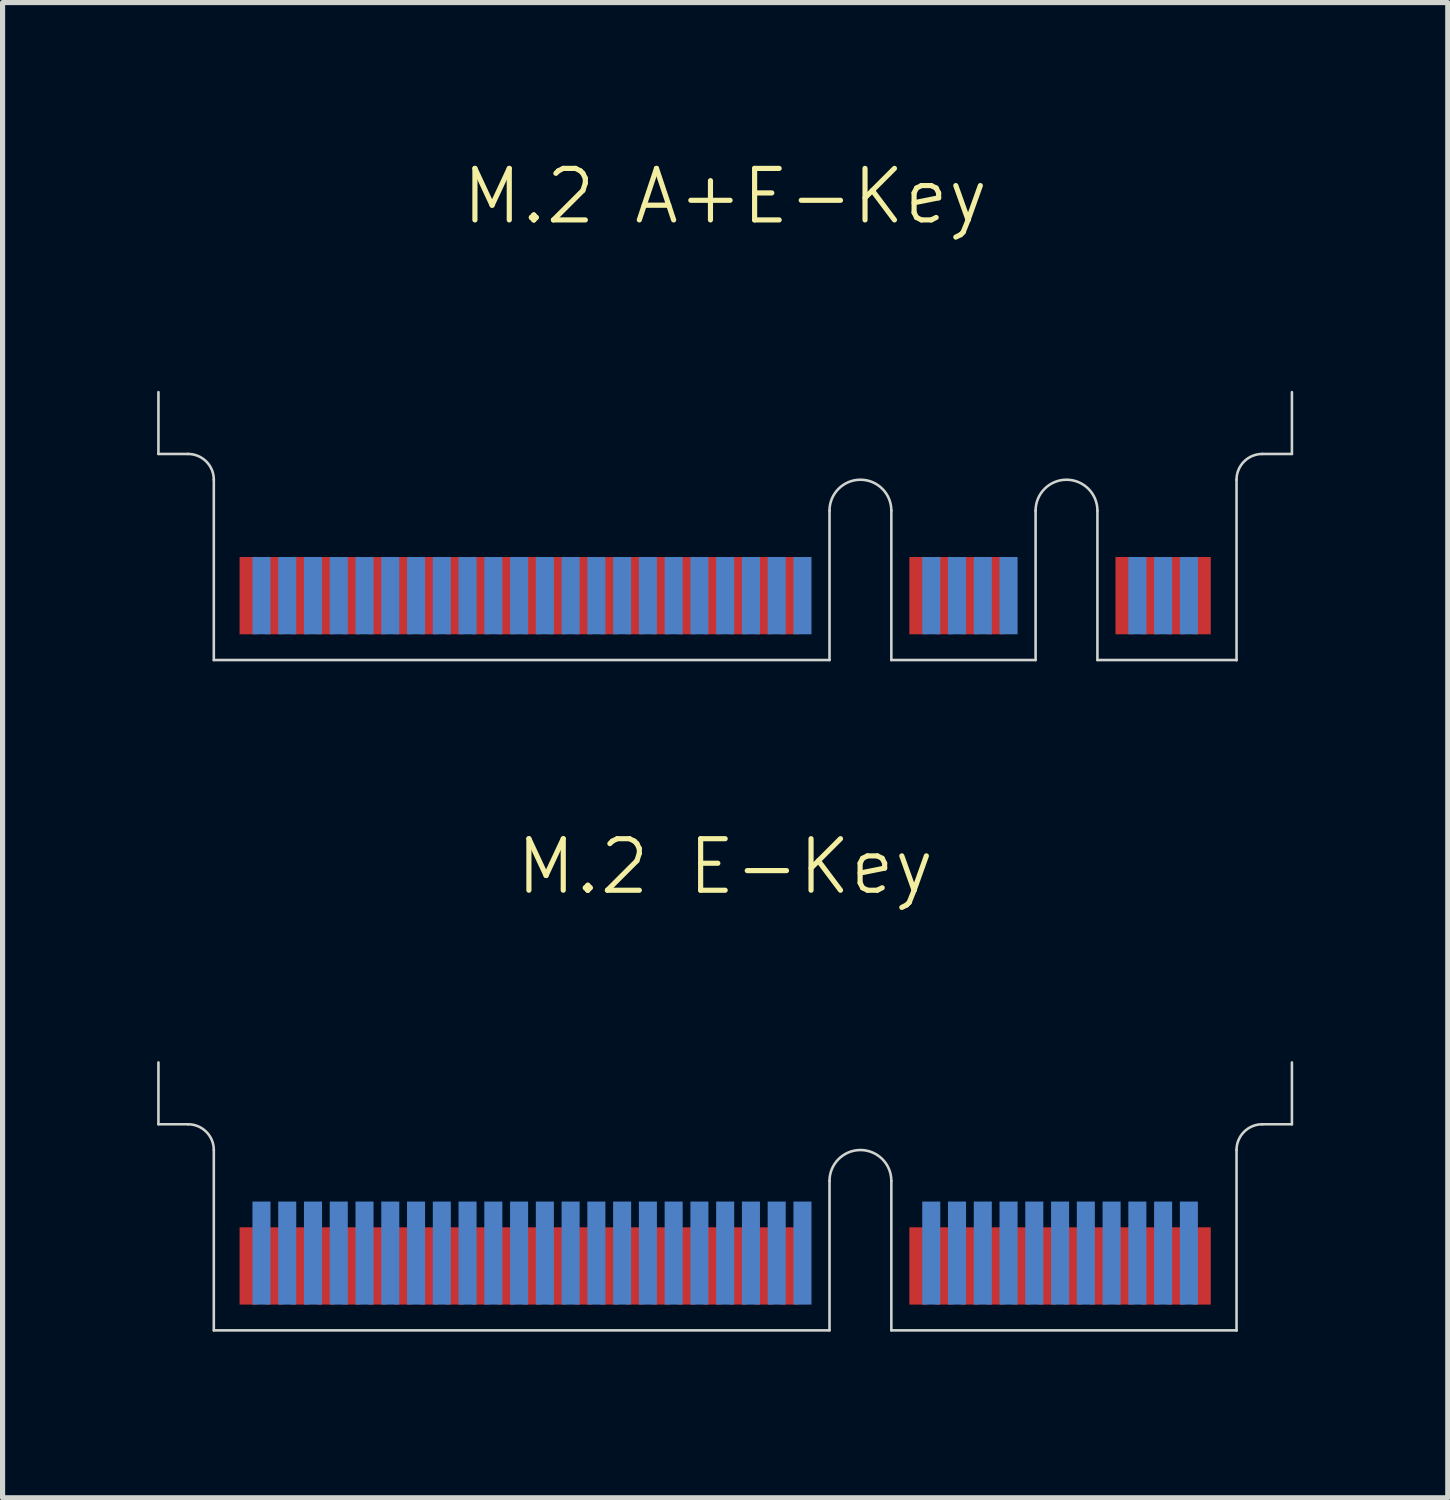
<source format=kicad_pcb>
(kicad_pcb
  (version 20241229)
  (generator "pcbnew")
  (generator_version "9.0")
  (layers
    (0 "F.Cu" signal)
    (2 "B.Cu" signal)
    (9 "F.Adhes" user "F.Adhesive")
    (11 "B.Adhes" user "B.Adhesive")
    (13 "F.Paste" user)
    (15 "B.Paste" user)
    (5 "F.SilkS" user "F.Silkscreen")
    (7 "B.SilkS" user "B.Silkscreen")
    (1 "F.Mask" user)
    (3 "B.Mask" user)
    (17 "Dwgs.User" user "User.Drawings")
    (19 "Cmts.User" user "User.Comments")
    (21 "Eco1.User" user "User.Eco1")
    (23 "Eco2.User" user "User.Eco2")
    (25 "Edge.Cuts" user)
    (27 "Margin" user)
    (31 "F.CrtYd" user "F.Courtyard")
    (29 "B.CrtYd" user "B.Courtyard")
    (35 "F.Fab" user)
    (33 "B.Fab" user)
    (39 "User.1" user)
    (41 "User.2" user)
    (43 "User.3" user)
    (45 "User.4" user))
  (footprint "M.2 A+E-Key"
    (layer "F.Cu")
    (at 11.025 9.761)
    (property "Reference" "M.2 A+E-Key" (at 0 -9 0) (unlocked yes) (layer "F.SilkS") (effects (font (size 1 1) (thickness 0.1))))
    (attr smd)
    (fp_line (start -11 -4) (end -11 -5.2) (stroke (width 0.05) (type default)) (layer "Edge.Cuts"))
    (fp_line (start -11 -4) (end -10.425 -4) (stroke (width 0.05) (type default)) (layer "Edge.Cuts"))
    (fp_line (start -9.925 0) (end -9.925 -3.5) (stroke (width 0.05) (type default)) (layer "Edge.Cuts"))
    (fp_line (start 2.025 -2.9) (end 2.025 0) (stroke (width 0.05) (type default)) (layer "Edge.Cuts"))
    (fp_line (start 2.025 0) (end -9.925 0) (stroke (width 0.05) (type default)) (layer "Edge.Cuts"))
    (fp_line (start 3.225 -2.9) (end 3.225 0) (stroke (width 0.05) (type default)) (layer "Edge.Cuts"))
    (fp_line (start 6.025 -2.9) (end 6.025 0) (stroke (width 0.05) (type default)) (layer "Edge.Cuts"))
    (fp_line (start 6.025 0) (end 3.225 0) (stroke (width 0.05) (type default)) (layer "Edge.Cuts"))
    (fp_line (start 7.225 -2.9) (end 7.225 0) (stroke (width 0.05) (type default)) (layer "Edge.Cuts"))
    (fp_line (start 9.925 0) (end 7.225 0) (stroke (width 0.05) (type default)) (layer "Edge.Cuts"))
    (fp_line (start 9.925 0) (end 9.925 -3.5) (stroke (width 0.05) (type default)) (layer "Edge.Cuts"))
    (fp_line (start 9.925 0) (end 9.925 0) (stroke (width 0.05) (type default)) (layer "Edge.Cuts"))
    (fp_line (start 10.425 -4) (end 11 -4) (stroke (width 0.05) (type default)) (layer "Edge.Cuts"))
    (fp_line (start 11 -4) (end 11 -5.2) (stroke (width 0.05) (type default)) (layer "Edge.Cuts"))
    (fp_arc (start -10.425 -4) (mid -10.071447 -3.853553) (end -9.925 -3.5) (stroke (width 0.05) (type default)) (layer "Edge.Cuts"))
    (fp_arc (start 2.025 -2.9) (mid 2.625 -3.5) (end 3.225 -2.9) (stroke (width 0.05) (type default)) (layer "Edge.Cuts"))
    (fp_arc (start 6.025 -2.9) (mid 6.625 -3.5) (end 7.225 -2.9) (stroke (width 0.05) (type default)) (layer "Edge.Cuts"))
    (fp_arc (start 9.925 -3.5) (mid 10.071447 -3.853553) (end 10.425 -4) (stroke (width 0.05) (type default)) (layer "Edge.Cuts"))
    (pad "1" smd rect (at 9.25 -1.25) (size 0.35 1.5) (layers "F.Cu" "F.Mask"))
    (pad "2" smd rect (at 9 -1.25) (size 0.35 1.5) (layers "B.Cu" "B.Mask"))
    (pad "3" smd rect (at 8.75 -1.25) (size 0.35 1.5) (layers "F.Cu" "F.Mask"))
    (pad "4" smd rect (at 8.5 -1.25) (size 0.35 1.5) (layers "B.Cu" "B.Mask"))
    (pad "5" smd rect (at 8.25 -1.25) (size 0.35 1.5) (layers "F.Cu" "F.Mask"))
    (pad "6" smd rect (at 8 -1.25) (size 0.35 1.5) (layers "B.Cu" "B.Mask"))
    (pad "7" smd rect (at 7.75 -1.25) (size 0.35 1.5) (layers "F.Cu" "F.Mask"))
    (pad "16" smd rect (at 5.5 -1.25) (size 0.35 1.5) (layers "B.Cu" "B.Mask"))
    (pad "17" smd rect (at 5.25 -1.25) (size 0.35 1.5) (layers "F.Cu" "F.Mask"))
    (pad "18" smd rect (at 5 -1.25) (size 0.35 1.5) (layers "B.Cu" "B.Mask"))
    (pad "19" smd rect (at 4.75 -1.25) (size 0.35 1.5) (layers "F.Cu" "F.Mask"))
    (pad "20" smd rect (at 4.5 -1.25) (size 0.35 1.5) (layers "B.Cu" "B.Mask"))
    (pad "21" smd rect (at 4.25 -1.25) (size 0.35 1.5) (layers "F.Cu" "F.Mask"))
    (pad "22" smd rect (at 4 -1.25) (size 0.35 1.5) (layers "B.Cu" "B.Mask"))
    (pad "23" smd rect (at 3.75 -1.25) (size 0.35 1.5) (layers "F.Cu" "F.Mask"))
    (pad "32" smd rect (at 1.5 -1.25) (size 0.35 1.5) (layers "B.Cu" "B.Mask"))
    (pad "33" smd rect (at 1.25 -1.25) (size 0.35 1.5) (layers "F.Cu" "F.Mask"))
    (pad "34" smd rect (at 1 -1.25) (size 0.35 1.5) (layers "B.Cu" "B.Mask"))
    (pad "35" smd rect (at 0.75 -1.25) (size 0.35 1.5) (layers "F.Cu" "F.Mask"))
    (pad "36" smd rect (at 0.5 -1.25) (size 0.35 1.5) (layers "B.Cu" "B.Mask"))
    (pad "37" smd rect (at 0.25 -1.25) (size 0.35 1.5) (layers "F.Cu" "F.Mask"))
    (pad "38" smd rect (at 0 -1.25) (size 0.35 1.5) (layers "B.Cu" "B.Mask"))
    (pad "39" smd rect (at -0.25 -1.25) (size 0.35 1.5) (layers "F.Cu" "F.Mask"))
    (pad "40" smd rect (at -0.5 -1.25) (size 0.35 1.5) (layers "B.Cu" "B.Mask"))
    (pad "41" smd rect (at -0.75 -1.25) (size 0.35 1.5) (layers "F.Cu" "F.Mask"))
    (pad "42" smd rect (at -1 -1.25) (size 0.35 1.5) (layers "B.Cu" "B.Mask"))
    (pad "43" smd rect (at -1.25 -1.25) (size 0.35 1.5) (layers "F.Cu" "F.Mask"))
    (pad "44" smd rect (at -1.5 -1.25) (size 0.35 1.5) (layers "B.Cu" "B.Mask"))
    (pad "45" smd rect (at -1.75 -1.25) (size 0.35 1.5) (layers "F.Cu" "F.Mask"))
    (pad "46" smd rect (at -2 -1.25) (size 0.35 1.5) (layers "B.Cu" "B.Mask"))
    (pad "47" smd rect (at -2.25 -1.25) (size 0.35 1.5) (layers "F.Cu" "F.Mask"))
    (pad "48" smd rect (at -2.5 -1.25) (size 0.35 1.5) (layers "B.Cu" "B.Mask"))
    (pad "49" smd rect (at -2.75 -1.25) (size 0.35 1.5) (layers "F.Cu" "F.Mask"))
    (pad "50" smd rect (at -3 -1.25) (size 0.35 1.5) (layers "B.Cu" "B.Mask"))
    (pad "51" smd rect (at -3.25 -1.25) (size 0.35 1.5) (layers "F.Cu" "F.Mask"))
    (pad "52" smd rect (at -3.5 -1.25) (size 0.35 1.5) (layers "B.Cu" "B.Mask"))
    (pad "53" smd rect (at -3.75 -1.25) (size 0.35 1.5) (layers "F.Cu" "F.Mask"))
    (pad "54" smd rect (at -4 -1.25) (size 0.35 1.5) (layers "B.Cu" "B.Mask"))
    (pad "55" smd rect (at -4.25 -1.25) (size 0.35 1.5) (layers "F.Cu" "F.Mask"))
    (pad "56" smd rect (at -4.5 -1.25) (size 0.35 1.5) (layers "B.Cu" "B.Mask"))
    (pad "57" smd rect (at -4.75 -1.25) (size 0.35 1.5) (layers "F.Cu" "F.Mask"))
    (pad "58" smd rect (at -5 -1.25) (size 0.35 1.5) (layers "B.Cu" "B.Mask"))
    (pad "59" smd rect (at -5.25 -1.25) (size 0.35 1.5) (layers "F.Cu" "F.Mask"))
    (pad "60" smd rect (at -5.5 -1.25) (size 0.35 1.5) (layers "B.Cu" "B.Mask"))
    (pad "61" smd rect (at -5.75 -1.25) (size 0.35 1.5) (layers "F.Cu" "F.Mask"))
    (pad "62" smd rect (at -6 -1.25) (size 0.35 1.5) (layers "B.Cu" "B.Mask"))
    (pad "63" smd rect (at -6.25 -1.25) (size 0.35 1.5) (layers "F.Cu" "F.Mask"))
    (pad "64" smd rect (at -6.5 -1.25) (size 0.35 1.5) (layers "B.Cu" "B.Mask"))
    (pad "65" smd rect (at -6.75 -1.25) (size 0.35 1.5) (layers "F.Cu" "F.Mask"))
    (pad "66" smd rect (at -7 -1.25) (size 0.35 1.5) (layers "B.Cu" "B.Mask"))
    (pad "67" smd rect (at -7.25 -1.25) (size 0.35 1.5) (layers "F.Cu" "F.Mask"))
    (pad "68" smd rect (at -7.5 -1.25) (size 0.35 1.5) (layers "B.Cu" "B.Mask"))
    (pad "69" smd rect (at -7.75 -1.25) (size 0.35 1.5) (layers "F.Cu" "F.Mask"))
    (pad "70" smd rect (at -8 -1.25) (size 0.35 1.5) (layers "B.Cu" "B.Mask"))
    (pad "71" smd rect (at -8.25 -1.25) (size 0.35 1.5) (layers "F.Cu" "F.Mask"))
    (pad "72" smd rect (at -8.5 -1.25) (size 0.35 1.5) (layers "B.Cu" "B.Mask"))
    (pad "73" smd rect (at -8.75 -1.25) (size 0.35 1.5) (layers "F.Cu" "F.Mask"))
    (pad "74" smd rect (at -9 -1.25) (size 0.35 1.5) (layers "B.Cu" "B.Mask"))
    (pad "75" smd rect (at -9.25 -1.25) (size 0.35 1.5) (layers "F.Cu" "F.Mask"))
    (zone (net_name "") (layer "F.Cu") (name "Topside Component Keepout Area") (hatch edge 0.5) (connect_pads) (min_thickness 0.25) (filled_areas_thickness no) (keepout (tracks allowed) (vias allowed) (pads allowed) (copperpour not_allowed) (footprints not_allowed)) (placement (enabled no)) (fill) (polygon (pts (xy 0.025 5.761) (xy 22.025 5.761) (xy 22.025 9.761) (xy 0.025 9.761))))
    (zone (net_name "") (layer "B.Cu") (name "Backside Component Keepout Area") (hatch edge 0.5) (connect_pads) (min_thickness 0.25) (filled_areas_thickness no) (keepout (tracks allowed) (vias allowed) (pads allowed) (copperpour not_allowed) (footprints not_allowed)) (placement (enabled no)) (fill) (polygon (pts (xy 0.025 4.561) (xy 0.025 9.761) (xy 22.025 9.761) (xy 22.025 4.561)))))
  (footprint "M.2 E-Key"
    (layer "F.Cu")
    (at 11.025 22.771)
    (property "Reference" "M.2 E-Key" (at 0 -9 0) (unlocked yes) (layer "F.SilkS") (effects (font (size 1 1) (thickness 0.1))))
    (attr smd)
    (fp_line (start -11 -4) (end -11 -5.2) (stroke (width 0.05) (type default)) (layer "Edge.Cuts"))
    (fp_line (start -11 -4) (end -10.425 -4) (stroke (width 0.05) (type default)) (layer "Edge.Cuts"))
    (fp_line (start -9.925 0) (end -9.925 -3.5) (stroke (width 0.05) (type default)) (layer "Edge.Cuts"))
    (fp_line (start 2.025 -2.9) (end 2.025 0) (stroke (width 0.05) (type default)) (layer "Edge.Cuts"))
    (fp_line (start 2.025 0) (end -9.925 0) (stroke (width 0.05) (type default)) (layer "Edge.Cuts"))
    (fp_line (start 3.225 -2.9) (end 3.225 0) (stroke (width 0.05) (type default)) (layer "Edge.Cuts"))
    (fp_line (start 9.925 0) (end 3.225 0) (stroke (width 0.05) (type default)) (layer "Edge.Cuts"))
    (fp_line (start 9.925 0) (end 9.925 -3.5) (stroke (width 0.05) (type default)) (layer "Edge.Cuts"))
    (fp_line (start 9.925 0) (end 9.925 0) (stroke (width 0.05) (type default)) (layer "Edge.Cuts"))
    (fp_line (start 10.425 -4) (end 11 -4) (stroke (width 0.05) (type default)) (layer "Edge.Cuts"))
    (fp_line (start 11 -4) (end 11 -5.2) (stroke (width 0.05) (type default)) (layer "Edge.Cuts"))
    (fp_arc (start -10.425 -4) (mid -10.071447 -3.853553) (end -9.925 -3.5) (stroke (width 0.05) (type default)) (layer "Edge.Cuts"))
    (fp_arc (start 2.025 -2.9) (mid 2.625 -3.5) (end 3.225 -2.9) (stroke (width 0.05) (type default)) (layer "Edge.Cuts"))
    (fp_arc (start 9.925 -3.5) (mid 10.071447 -3.853553) (end 10.425 -4) (stroke (width 0.05) (type default)) (layer "Edge.Cuts"))
    (pad "1" smd rect (at 9.25 -1.25) (size 0.35 1.5) (layers "F.Cu" "F.Mask"))
    (pad "2" smd rect (at 9 -1.5) (size 0.35 2) (layers "B.Cu" "B.Mask"))
    (pad "3" smd rect (at 8.75 -1.25) (size 0.35 1.5) (layers "F.Cu" "F.Mask"))
    (pad "4" smd rect (at 8.5 -1.5) (size 0.35 2) (layers "B.Cu" "B.Mask"))
    (pad "5" smd rect (at 8.25 -1.25) (size 0.35 1.5) (layers "F.Cu" "F.Mask"))
    (pad "6" smd rect (at 8 -1.5) (size 0.35 2) (layers "B.Cu" "B.Mask"))
    (pad "7" smd rect (at 7.75 -1.25) (size 0.35 1.5) (layers "F.Cu" "F.Mask"))
    (pad "8" smd rect (at 7.5 -1.5) (size 0.35 2) (layers "B.Cu" "B.Mask"))
    (pad "9" smd rect (at 7.25 -1.25) (size 0.35 1.5) (layers "F.Cu" "F.Mask"))
    (pad "10" smd rect (at 7 -1.5) (size 0.35 2) (layers "B.Cu" "B.Mask"))
    (pad "11" smd rect (at 6.75 -1.25) (size 0.35 1.5) (layers "F.Cu" "F.Mask"))
    (pad "12" smd rect (at 6.5 -1.5) (size 0.35 2) (layers "B.Cu" "B.Mask"))
    (pad "13" smd rect (at 6.25 -1.25) (size 0.35 1.5) (layers "F.Cu" "F.Mask"))
    (pad "14" smd rect (at 6 -1.5) (size 0.35 2) (layers "B.Cu" "B.Mask"))
    (pad "15" smd rect (at 5.75 -1.25) (size 0.35 1.5) (layers "F.Cu" "F.Mask"))
    (pad "16" smd rect (at 5.5 -1.5) (size 0.35 2) (layers "B.Cu" "B.Mask"))
    (pad "17" smd rect (at 5.25 -1.25) (size 0.35 1.5) (layers "F.Cu" "F.Mask"))
    (pad "18" smd rect (at 5 -1.5) (size 0.35 2) (layers "B.Cu" "B.Mask"))
    (pad "19" smd rect (at 4.75 -1.25) (size 0.35 1.5) (layers "F.Cu" "F.Mask"))
    (pad "20" smd rect (at 4.5 -1.5) (size 0.35 2) (layers "B.Cu" "B.Mask"))
    (pad "21" smd rect (at 4.25 -1.25) (size 0.35 1.5) (layers "F.Cu" "F.Mask"))
    (pad "22" smd rect (at 4 -1.5) (size 0.35 2) (layers "B.Cu" "B.Mask"))
    (pad "23" smd rect (at 3.75 -1.25) (size 0.35 1.5) (layers "F.Cu" "F.Mask"))
    (pad "32" smd rect (at 1.5 -1.5) (size 0.35 2) (layers "B.Cu" "B.Mask"))
    (pad "33" smd rect (at 1.25 -1.25) (size 0.35 1.5) (layers "F.Cu" "F.Mask"))
    (pad "34" smd rect (at 1 -1.5) (size 0.35 2) (layers "B.Cu" "B.Mask"))
    (pad "35" smd rect (at 0.75 -1.25) (size 0.35 1.5) (layers "F.Cu" "F.Mask"))
    (pad "36" smd rect (at 0.5 -1.5) (size 0.35 2) (layers "B.Cu" "B.Mask"))
    (pad "37" smd rect (at 0.25 -1.25) (size 0.35 1.5) (layers "F.Cu" "F.Mask"))
    (pad "38" smd rect (at 0 -1.5) (size 0.35 2) (layers "B.Cu" "B.Mask"))
    (pad "39" smd rect (at -0.25 -1.25) (size 0.35 1.5) (layers "F.Cu" "F.Mask"))
    (pad "40" smd rect (at -0.5 -1.5) (size 0.35 2) (layers "B.Cu" "B.Mask"))
    (pad "41" smd rect (at -0.75 -1.25) (size 0.35 1.5) (layers "F.Cu" "F.Mask"))
    (pad "42" smd rect (at -1 -1.5) (size 0.35 2) (layers "B.Cu" "B.Mask"))
    (pad "43" smd rect (at -1.25 -1.25) (size 0.35 1.5) (layers "F.Cu" "F.Mask"))
    (pad "44" smd rect (at -1.5 -1.5) (size 0.35 2) (layers "B.Cu" "B.Mask"))
    (pad "45" smd rect (at -1.75 -1.25) (size 0.35 1.5) (layers "F.Cu" "F.Mask"))
    (pad "46" smd rect (at -2 -1.5) (size 0.35 2) (layers "B.Cu" "B.Mask"))
    (pad "47" smd rect (at -2.25 -1.25) (size 0.35 1.5) (layers "F.Cu" "F.Mask"))
    (pad "48" smd rect (at -2.5 -1.5) (size 0.35 2) (layers "B.Cu" "B.Mask"))
    (pad "49" smd rect (at -2.75 -1.25) (size 0.35 1.5) (layers "F.Cu" "F.Mask"))
    (pad "50" smd rect (at -3 -1.5) (size 0.35 2) (layers "B.Cu" "B.Mask"))
    (pad "51" smd rect (at -3.25 -1.25) (size 0.35 1.5) (layers "F.Cu" "F.Mask"))
    (pad "52" smd rect (at -3.5 -1.5) (size 0.35 2) (layers "B.Cu" "B.Mask"))
    (pad "53" smd rect (at -3.75 -1.25) (size 0.35 1.5) (layers "F.Cu" "F.Mask"))
    (pad "54" smd rect (at -4 -1.5) (size 0.35 2) (layers "B.Cu" "B.Mask"))
    (pad "55" smd rect (at -4.25 -1.25) (size 0.35 1.5) (layers "F.Cu" "F.Mask"))
    (pad "56" smd rect (at -4.5 -1.5) (size 0.35 2) (layers "B.Cu" "B.Mask"))
    (pad "57" smd rect (at -4.75 -1.25) (size 0.35 1.5) (layers "F.Cu" "F.Mask"))
    (pad "58" smd rect (at -5 -1.5) (size 0.35 2) (layers "B.Cu" "B.Mask"))
    (pad "59" smd rect (at -5.25 -1.25) (size 0.35 1.5) (layers "F.Cu" "F.Mask"))
    (pad "60" smd rect (at -5.5 -1.5) (size 0.35 2) (layers "B.Cu" "B.Mask"))
    (pad "61" smd rect (at -5.75 -1.25) (size 0.35 1.5) (layers "F.Cu" "F.Mask"))
    (pad "62" smd rect (at -6 -1.5) (size 0.35 2) (layers "B.Cu" "B.Mask"))
    (pad "63" smd rect (at -6.25 -1.25) (size 0.35 1.5) (layers "F.Cu" "F.Mask"))
    (pad "64" smd rect (at -6.5 -1.5) (size 0.35 2) (layers "B.Cu" "B.Mask"))
    (pad "65" smd rect (at -6.75 -1.25) (size 0.35 1.5) (layers "F.Cu" "F.Mask"))
    (pad "66" smd rect (at -7 -1.5) (size 0.35 2) (layers "B.Cu" "B.Mask"))
    (pad "67" smd rect (at -7.25 -1.25) (size 0.35 1.5) (layers "F.Cu" "F.Mask"))
    (pad "68" smd rect (at -7.5 -1.5) (size 0.35 2) (layers "B.Cu" "B.Mask"))
    (pad "69" smd rect (at -7.75 -1.25) (size 0.35 1.5) (layers "F.Cu" "F.Mask"))
    (pad "70" smd rect (at -8 -1.5) (size 0.35 2) (layers "B.Cu" "B.Mask"))
    (pad "71" smd rect (at -8.25 -1.25) (size 0.35 1.5) (layers "F.Cu" "F.Mask"))
    (pad "72" smd rect (at -8.5 -1.5) (size 0.35 2) (layers "B.Cu" "B.Mask"))
    (pad "73" smd rect (at -8.75 -1.25) (size 0.35 1.5) (layers "F.Cu" "F.Mask"))
    (pad "74" smd rect (at -9 -1.5) (size 0.35 2) (layers "B.Cu" "B.Mask"))
    (pad "75" smd rect (at -9.25 -1.25) (size 0.35 1.5) (layers "F.Cu" "F.Mask"))
    (zone (net_name "") (layer "F.Cu") (name "Topside Component Keepout Area") (hatch edge 0.5) (connect_pads) (min_thickness 0.25) (filled_areas_thickness no) (keepout (tracks allowed) (vias allowed) (pads not_allowed) (copperpour allowed) (footprints not_allowed)) (placement (enabled no)) (fill) (polygon (pts (xy 0.025 18.771) (xy 22.025 18.771) (xy 22.025 22.771) (xy 0.025 22.771))))
    (zone (net_name "") (layers "F.Cu" "B.Cu") (name "Ground Void") (hatch edge 0.5) (connect_pads) (min_thickness 0.25) (filled_areas_thickness no) (keepout (tracks allowed) (vias not_allowed) (pads not_allowed) (copperpour not_allowed) (footprints not_allowed)) (placement (enabled no)) (fill) (polygon (pts (xy 1.1 22.771) (xy 1.1 20.021) (xy 20.95 20.021) (xy 20.95 22.771))))
    (zone (net_name "") (layer "B.Cu") (name "Backside Component Keepout Area") (hatch edge 0.5) (connect_pads) (min_thickness 0.25) (filled_areas_thickness no) (keepout (tracks allowed) (vias allowed) (pads not_allowed) (copperpour allowed) (footprints not_allowed)) (placement (enabled no)) (fill) (polygon (pts (xy 0.025 17.571) (xy 0.025 22.771) (xy 22.025 22.771) (xy 22.025 17.571)))))
  (gr_rect
    (start -3 -3)
    (end 25.05 26.021)
    (stroke (width 0.1) (type default))
    (fill no)
    (layer "Edge.Cuts")))
</source>
